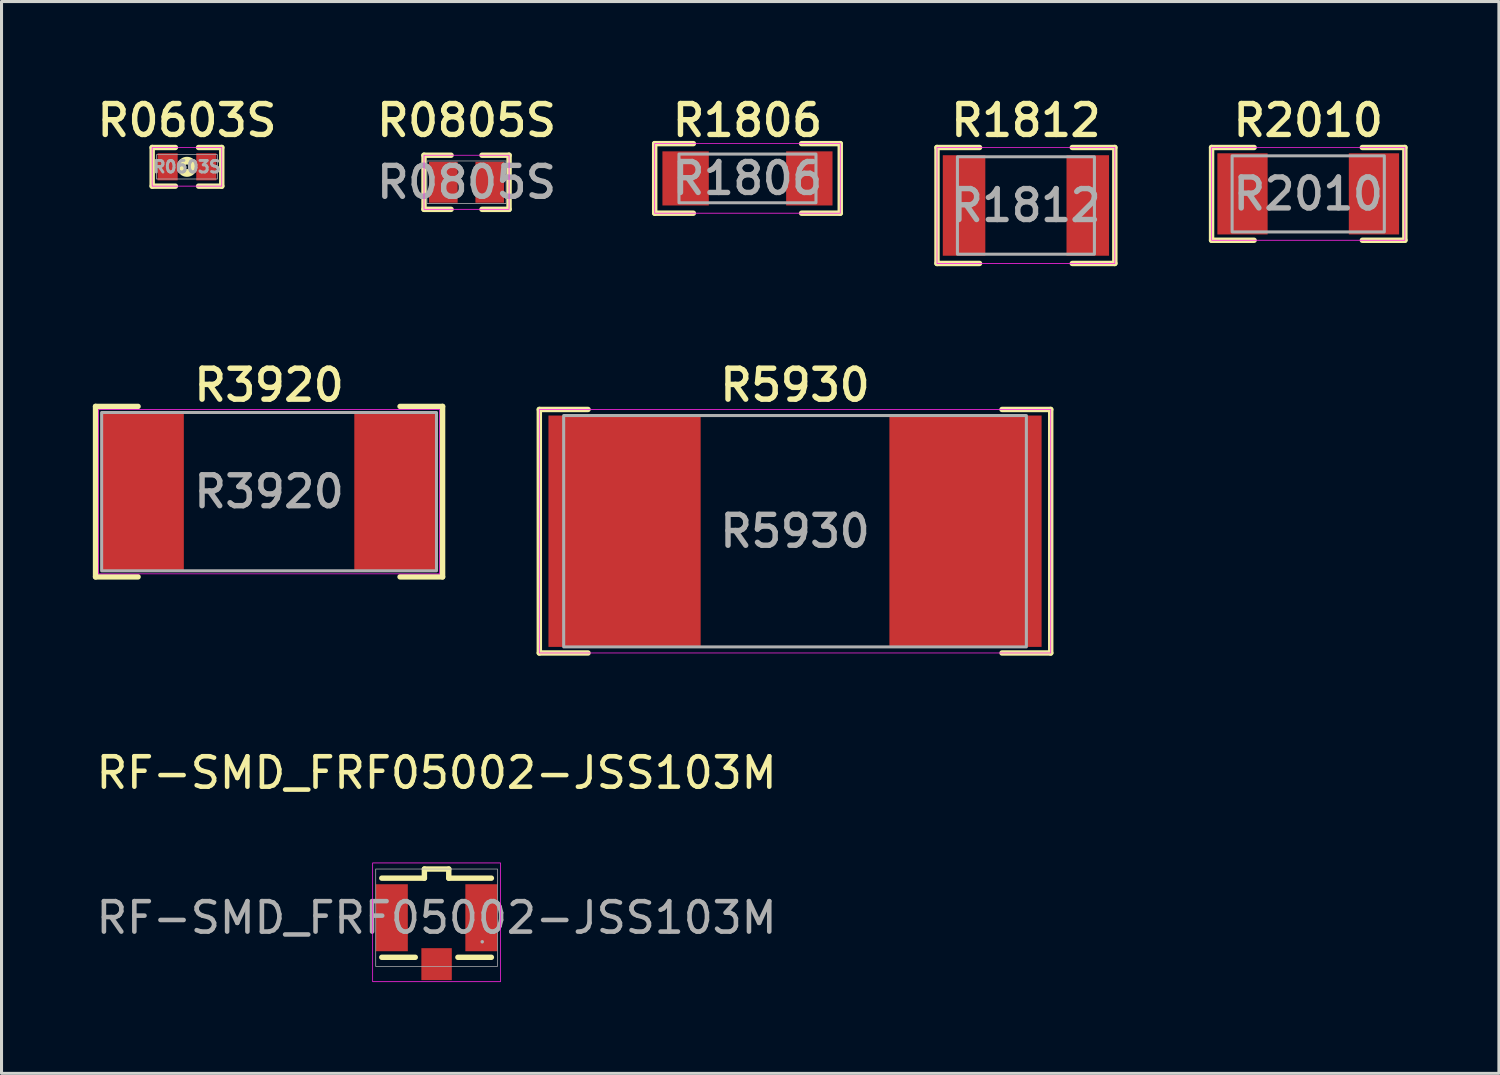
<source format=kicad_pcb>
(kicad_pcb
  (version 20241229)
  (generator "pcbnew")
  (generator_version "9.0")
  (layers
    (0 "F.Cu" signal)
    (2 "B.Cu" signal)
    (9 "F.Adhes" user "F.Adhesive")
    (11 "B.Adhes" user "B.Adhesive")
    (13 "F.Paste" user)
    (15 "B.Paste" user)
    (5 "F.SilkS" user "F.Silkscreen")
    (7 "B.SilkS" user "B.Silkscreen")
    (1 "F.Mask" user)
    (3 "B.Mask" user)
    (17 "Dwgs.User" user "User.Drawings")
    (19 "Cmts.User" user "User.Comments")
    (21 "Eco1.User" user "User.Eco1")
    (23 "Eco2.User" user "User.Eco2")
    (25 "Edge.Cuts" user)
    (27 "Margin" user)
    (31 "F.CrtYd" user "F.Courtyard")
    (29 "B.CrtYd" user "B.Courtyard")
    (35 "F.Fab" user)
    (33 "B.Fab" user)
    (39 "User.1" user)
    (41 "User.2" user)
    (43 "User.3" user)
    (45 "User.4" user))
  (footprint "R1812"
    (layer "F.Cu")
    (at 30.652 3.7)
    (property "Reference" "R1812" (at 0 -2.794 0) (unlocked yes) (layer "F.SilkS") (effects (font (size 1.016 1.016) (thickness 0.178))))
    (attr smd)
    (fp_line (start -2.921 -1.905) (end -1.524 -1.905) (stroke (width 0.178) (type solid)) (layer "F.SilkS"))
    (fp_line (start -2.921 1.905) (end -2.921 -1.905) (stroke (width 0.178) (type solid)) (layer "F.SilkS"))
    (fp_line (start -2.921 1.905) (end -1.524 1.905) (stroke (width 0.178) (type solid)) (layer "F.SilkS"))
    (fp_line (start 1.524 -1.905) (end 2.921 -1.905) (stroke (width 0.178) (type solid)) (layer "F.SilkS"))
    (fp_line (start 1.524 1.905) (end 2.921 1.905) (stroke (width 0.178) (type solid)) (layer "F.SilkS"))
    (fp_line (start 2.921 1.905) (end 2.921 -1.905) (stroke (width 0.178) (type solid)) (layer "F.SilkS"))
    (fp_rect (start -2.921 -1.905) (end 2.921 1.905) (stroke (width 0.025) (type solid)) (fill no) (layer "F.CrtYd"))
    (fp_rect (start -2.25 -1.6) (end 2.25 1.6) (stroke (width 0.1) (type solid)) (fill no) (layer "F.Fab"))
    (fp_text user "${REFERENCE}" (at 0 0 0) (unlocked yes) (layer "F.Fab") (effects (font (size 1.016 1.016) (thickness 0.178))))
    (pad "1" smd rect (at -2.032 0) (size 1.397 3.302) (layers "F.Cu" "F.Mask" "F.Paste"))
    (pad "2" smd rect (at 2.032 0) (size 1.397 3.302) (layers "F.Cu" "F.Mask" "F.Paste")))
  (footprint "R3920"
    (layer "F.Cu")
    (at 5.789 13.101)
    (property "Reference" "R3920" (at 0 -3.5 0) (unlocked yes) (layer "F.SilkS") (effects (font (size 1.016 1.016) (thickness 0.178))))
    (attr smd)
    (fp_line (start -5.7 -2.8) (end -4.303 -2.8) (stroke (width 0.178) (type solid)) (layer "F.SilkS"))
    (fp_line (start -5.7 2.8) (end -5.7 -2.8) (stroke (width 0.178) (type solid)) (layer "F.SilkS"))
    (fp_line (start -5.7 2.8) (end -4.303 2.8) (stroke (width 0.178) (type solid)) (layer "F.SilkS"))
    (fp_line (start 4.303 2.8) (end 5.7 2.8) (stroke (width 0.178) (type solid)) (layer "F.SilkS"))
    (fp_line (start 4.303 -2.8) (end 5.7 -2.8) (stroke (width 0.178) (type solid)) (layer "F.SilkS"))
    (fp_line (start 5.7 2.8) (end 5.7 -2.8) (stroke (width 0.178) (type solid)) (layer "F.SilkS"))
    (fp_rect (start -5.6 -2.7) (end 5.6 2.7) (stroke (width 0.025) (type solid)) (fill no) (layer "F.CrtYd"))
    (fp_rect (start -5.5 -2.6) (end 5.5 2.6) (stroke (width 0.1) (type solid)) (fill no) (layer "F.Fab"))
    (fp_text user "${REFERENCE}" (at 0 0 0) (unlocked yes) (layer "F.Fab") (effects (font (size 1.016 1.016) (thickness 0.178))))
    (pad "1" smd rect (at -4.15 0) (size 2.7 5.2) (layers "F.Cu" "F.Mask" "F.Paste"))
    (pad "2" smd rect (at 4.15 0) (size 2.7 5.2) (layers "F.Cu" "F.Mask" "F.Paste")))
  (footprint "RF-SMD_FRF05002-JSS103M"
    (layer "F.Cu")
    (at 11.292 27.098)
    (property "Reference" "RF-SMD_FRF05002-JSS103M" (at 0 -4.76 0) (layer "F.SilkS") (effects (font (size 1 1) (thickness 0.15))))
    (attr smd)
    (fp_line (start -0.7 1.3) (end -1.8 1.3) (stroke (width 0.178) (type solid)) (layer "F.SilkS"))
    (fp_line (start -0.4 -1.3) (end -1.8 -1.3) (stroke (width 0.178) (type solid)) (layer "F.SilkS"))
    (fp_line (start -0.4 -1.3) (end -0.4 -1.6) (stroke (width 0.178) (type solid)) (layer "F.SilkS"))
    (fp_line (start 0.4 -1.6) (end -0.4 -1.6) (stroke (width 0.178) (type solid)) (layer "F.SilkS"))
    (fp_line (start 0.4 -1.3) (end 0.4 -1.6) (stroke (width 0.178) (type solid)) (layer "F.SilkS"))
    (fp_line (start 1.8 -1.3) (end 0.4 -1.3) (stroke (width 0.178) (type solid)) (layer "F.SilkS"))
    (fp_line (start 1.8 1.3) (end 0.7 1.3) (stroke (width 0.178) (type solid)) (layer "F.SilkS"))
    (fp_rect (start -2.1 -1.8) (end 2.1 2.1) (stroke (width 0.025) (type solid)) (fill no) (layer "F.CrtYd"))
    (fp_rect (start -2 -1.6) (end 2 1.6) (stroke (width 0.025) (type solid)) (fill no) (layer "F.Fab"))
    (fp_circle (center 1.5 0.79) (end 1.53 0.79) (stroke (width 0.06) (type solid)) (fill no) (layer "F.Fab"))
    (fp_text user "${REFERENCE}" (at 0 0 0) (layer "F.Fab") (effects (font (size 1 1) (thickness 0.15))))
    (pad "1" smd rect (at 0 1.525) (size 1 1.05) (layers "F.Cu" "F.Mask" "F.Paste"))
    (pad "2" smd rect (at -1.47 0) (size 1.05 2.2) (layers "F.Cu" "F.Mask" "F.Paste"))
    (pad "2" smd rect (at 1.47 0) (size 1.05 2.2) (layers "F.Cu" "F.Mask" "F.Paste")))
  (footprint "R0805S"
    (layer "F.Cu")
    (at 12.276 2.938)
    (property "Reference" "R0805S" (at 0 -2.032 0) (layer "F.SilkS") (effects (font (size 1.016 1.016) (thickness 0.178))))
    (attr smd)
    (fp_line (start -1.397 -0.889) (end -1.397 0.889) (stroke (width 0.178) (type solid)) (layer "F.SilkS"))
    (fp_line (start -1.397 -0.889) (end -0.508 -0.889) (stroke (width 0.178) (type solid)) (layer "F.SilkS"))
    (fp_line (start -1.397 0.889) (end -0.508 0.889) (stroke (width 0.178) (type solid)) (layer "F.SilkS"))
    (fp_line (start 0.508 -0.889) (end 1.397 -0.889) (stroke (width 0.178) (type solid)) (layer "F.SilkS"))
    (fp_line (start 0.508 0.889) (end 1.397 0.889) (stroke (width 0.178) (type solid)) (layer "F.SilkS"))
    (fp_line (start 1.397 -0.889) (end 1.397 0.889) (stroke (width 0.178) (type solid)) (layer "F.SilkS"))
    (fp_rect (start -1.397 -0.889) (end 1.397 0.889) (stroke (width 0.025) (type solid)) (fill no) (layer "F.CrtYd"))
    (fp_rect (start -1.3 -0.7) (end 1.3 0.7) (stroke (width 0.025) (type solid)) (fill no) (layer "F.Fab"))
    (fp_text user "${REFERENCE}" (at 0 0 0) (layer "F.Fab") (effects (font (size 1.016 1.016) (thickness 0.178))))
    (pad "1" smd rect (at -0.762 0) (size 0.94 1.346) (layers "F.Cu" "F.Mask" "F.Paste"))
    (pad "2" smd rect (at 0.762 0) (size 0.94 1.346) (layers "F.Cu" "F.Mask" "F.Paste")))
  (footprint "R1806"
    (layer "F.Cu")
    (at 21.505 2.811)
    (property "Reference" "R1806" (at 0 -1.905 0) (unlocked yes) (layer "F.SilkS") (effects (font (size 1.016 1.016) (thickness 0.178))))
    (attr smd)
    (fp_line (start -3.048 -1.143) (end -1.778 -1.143) (stroke (width 0.178) (type solid)) (layer "F.SilkS"))
    (fp_line (start -3.048 1.143) (end -3.048 -1.143) (stroke (width 0.178) (type solid)) (layer "F.SilkS"))
    (fp_line (start -3.048 1.143) (end -1.778 1.143) (stroke (width 0.178) (type solid)) (layer "F.SilkS"))
    (fp_line (start 1.778 -1.143) (end 3.048 -1.143) (stroke (width 0.178) (type solid)) (layer "F.SilkS"))
    (fp_line (start 1.778 1.143) (end 3.048 1.143) (stroke (width 0.178) (type solid)) (layer "F.SilkS"))
    (fp_line (start 3.048 1.143) (end 3.048 -1.143) (stroke (width 0.178) (type solid)) (layer "F.SilkS"))
    (fp_rect (start -3.048 -1.143) (end 3.048 1.143) (stroke (width 0.025) (type solid)) (fill no) (layer "F.CrtYd"))
    (fp_rect (start -2.25 -0.8) (end 2.25 0.8) (stroke (width 0.1) (type solid)) (fill no) (layer "F.Fab"))
    (fp_text user "${REFERENCE}" (at 0 0 0) (unlocked yes) (layer "F.Fab") (effects (font (size 1.016 1.016) (thickness 0.178))))
    (pad "1" smd rect (at -2.032 0) (size 1.524 1.778) (layers "F.Cu" "F.Mask" "F.Paste"))
    (pad "2" smd rect (at 2.032 0) (size 1.524 1.778) (layers "F.Cu" "F.Mask" "F.Paste")))
  (footprint "R2010"
    (layer "F.Cu")
    (at 39.926 3.319)
    (property "Reference" "R2010" (at 0 -2.413 0) (unlocked yes) (layer "F.SilkS") (effects (font (size 1.016 1.016) (thickness 0.178))))
    (attr smd)
    (fp_line (start -3.175 -1.524) (end -1.778 -1.524) (stroke (width 0.178) (type solid)) (layer "F.SilkS"))
    (fp_line (start -3.175 1.524) (end -3.175 -1.524) (stroke (width 0.178) (type solid)) (layer "F.SilkS"))
    (fp_line (start -3.175 1.524) (end -1.778 1.524) (stroke (width 0.178) (type solid)) (layer "F.SilkS"))
    (fp_line (start 1.778 -1.524) (end 3.175 -1.524) (stroke (width 0.178) (type solid)) (layer "F.SilkS"))
    (fp_line (start 1.778 1.524) (end 3.175 1.524) (stroke (width 0.178) (type solid)) (layer "F.SilkS"))
    (fp_line (start 3.175 1.524) (end 3.175 -1.524) (stroke (width 0.178) (type solid)) (layer "F.SilkS"))
    (fp_rect (start -3.175 -1.524) (end 3.175 1.524) (stroke (width 0.025) (type solid)) (fill no) (layer "F.CrtYd"))
    (fp_rect (start -2.5 -1.25) (end 2.5 1.25) (stroke (width 0.1) (type solid)) (fill no) (layer "F.Fab"))
    (fp_text user "${REFERENCE}" (at 0 0 0) (unlocked yes) (layer "F.Fab") (effects (font (size 1.016 1.016) (thickness 0.178))))
    (pad "1" smd rect (at -2.159 0) (size 1.651 2.667) (layers "F.Cu" "F.Mask" "F.Paste"))
    (pad "2" smd rect (at 2.159 0) (size 1.651 2.667) (layers "F.Cu" "F.Mask" "F.Paste")))
  (footprint "R0603S"
    (layer "F.Cu")
    (at 3.092 2.43)
    (property "Reference" "R0603S" (at 0 -1.524 0) (layer "F.SilkS") (effects (font (size 1.016 1.016) (thickness 0.178))))
    (attr smd)
    (fp_line (start -1.143 -0.635) (end -1.143 0.635) (stroke (width 0.178) (type solid)) (layer "F.SilkS"))
    (fp_line (start -1.143 0.635) (end -0.381 0.635) (stroke (width 0.178) (type solid)) (layer "F.SilkS"))
    (fp_line (start -0.381 -0.635) (end -1.143 -0.635) (stroke (width 0.178) (type solid)) (layer "F.SilkS"))
    (fp_line (start 0.381 0.635) (end 1.143 0.635) (stroke (width 0.178) (type solid)) (layer "F.SilkS"))
    (fp_line (start 1.143 -0.635) (end 0.381 -0.635) (stroke (width 0.178) (type solid)) (layer "F.SilkS"))
    (fp_line (start 1.143 0.635) (end 1.143 -0.635) (stroke (width 0.178) (type solid)) (layer "F.SilkS"))
    (fp_circle (center 0 0) (end 0.076 0) (stroke (width 0.254) (type solid)) (fill no) (layer "F.SilkS"))
    (fp_rect (start -1.143 -0.635) (end 1.143 0.635) (stroke (width 0.025) (type solid)) (fill no) (layer "F.CrtYd"))
    (fp_rect (start -1 -0.4) (end 1 0.4) (stroke (width 0.025) (type solid)) (fill no) (layer "F.Fab"))
    (fp_text user "${REFERENCE}" (at 0 0 0) (layer "F.Fab") (effects (font (size 0.381 0.381) (thickness 0.095))))
    (pad "1" smd rect (at -0.635 0) (size 0.66 0.889) (layers "F.Cu" "F.Mask" "F.Paste"))
    (pad "2" smd rect (at 0.635 0) (size 0.66 0.889) (layers "F.Cu" "F.Mask" "F.Paste")))
  (footprint "R5930"
    (layer "F.Cu")
    (at 23.067 14.401)
    (property "Reference" "R5930" (at 0 -4.8 0) (unlocked yes) (layer "F.SilkS") (effects (font (size 1.016 1.016) (thickness 0.178))))
    (attr smd)
    (fp_line (start -8.4 -4) (end -6.8 -4) (stroke (width 0.178) (type solid)) (layer "F.SilkS"))
    (fp_line (start -8.4 4) (end -8.4 -4) (stroke (width 0.178) (type solid)) (layer "F.SilkS"))
    (fp_line (start -8.4 4) (end -6.8 4) (stroke (width 0.178) (type solid)) (layer "F.SilkS"))
    (fp_line (start 6.8 -4) (end 8.4 -4) (stroke (width 0.178) (type solid)) (layer "F.SilkS"))
    (fp_line (start 6.8 4) (end 8.4 4) (stroke (width 0.178) (type solid)) (layer "F.SilkS"))
    (fp_line (start 8.4 4) (end 8.4 -4) (stroke (width 0.178) (type solid)) (layer "F.SilkS"))
    (fp_rect (start -8.4 -4) (end 8.4 4) (stroke (width 0.025) (type solid)) (fill no) (layer "F.CrtYd"))
    (fp_rect (start -7.6 3.8) (end 7.6 -3.8) (stroke (width 0.1) (type default)) (fill no) (layer "F.Fab"))
    (fp_text user "${REFERENCE}" (at 0 0 0) (unlocked yes) (layer "F.Fab") (effects (font (size 1.016 1.016) (thickness 0.178))))
    (pad "1" smd rect (at -5.6 0) (size 5 7.6) (layers "F.Cu" "F.Mask" "F.Paste"))
    (pad "2" smd rect (at 5.6 0) (size 5 7.6) (layers "F.Cu" "F.Mask" "F.Paste")))
  (gr_rect
    (start -3 -3)
    (end 46.19 32.211)
    (stroke (width 0.1) (type default))
    (fill no)
    (layer "Edge.Cuts")))
</source>
